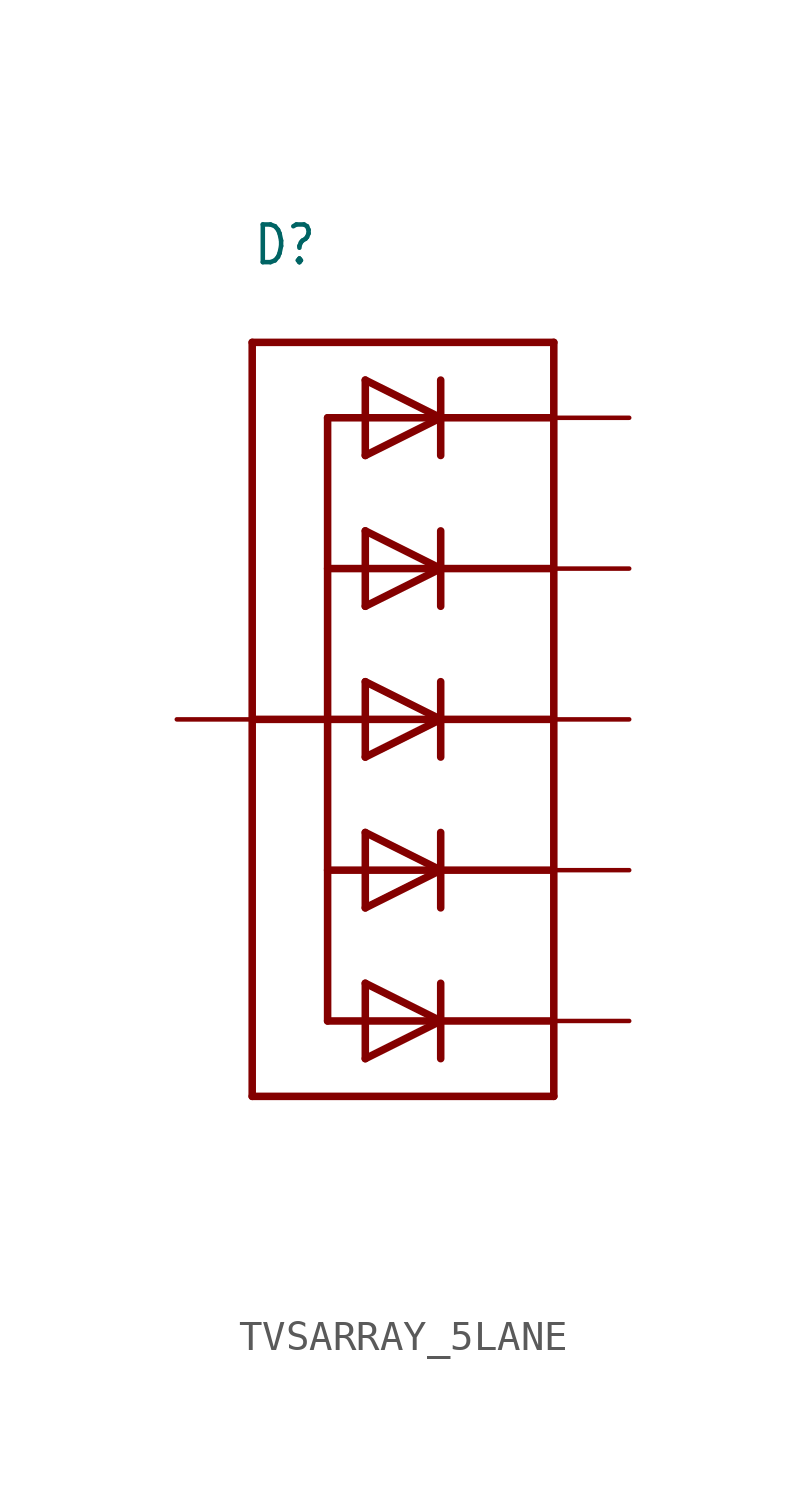
<source format=kicad_sym>
(kicad_symbol_lib
  (version 20220914)
  (generator kicad_symbol_editor)
  (symbol "TVSARRAY_5LANE"
    (property "Reference" "D"
      (at -2.54 15.24 0)
      (effects (font (size 1.27 1.079)) (justify left bottom)))
    (property "Value" ""
      (at -2.54 -16.51 0)
      (effects (font (size 1.27 1.079)) (justify left bottom)))
    (property "ki_locked" ""
      (at 0 0 0)
      (effects (font (size 1.27 1.27))))
    (symbol "TVSARRAY_5LANE_1_0"
      (polyline (pts (xy -2.54 -12.7) (xy -2.54 12.7)) (stroke (width 0.254) (type solid)) (fill (type none)))
      (polyline (pts (xy -2.54 12.7) (xy 7.62 12.7)) (stroke (width 0.254) (type solid)) (fill (type none)))
      (polyline (pts (xy 0 -10.16) (xy 7.62 -10.16)) (stroke (width 0.254) (type solid)) (fill (type none)))
      (polyline (pts (xy 0 -5.08) (xy 7.62 -5.08)) (stroke (width 0.254) (type solid)) (fill (type none)))
      (polyline (pts (xy 0 0) (xy -2.54 0)) (stroke (width 0.254) (type solid)) (fill (type none)))
      (polyline (pts (xy 0 0) (xy 0 -10.16)) (stroke (width 0.254) (type solid)) (fill (type none)))
      (polyline (pts (xy 0 0) (xy 7.62 0)) (stroke (width 0.254) (type solid)) (fill (type none)))
      (polyline (pts (xy 0 5.08) (xy 7.62 5.08)) (stroke (width 0.254) (type solid)) (fill (type none)))
      (polyline (pts (xy 0 10.16) (xy 0 0)) (stroke (width 0.254) (type solid)) (fill (type none)))
      (polyline (pts (xy 0 10.16) (xy 7.62 10.16)) (stroke (width 0.254) (type solid)) (fill (type none)))
      (polyline (pts (xy 1.27 -11.43) (xy 3.81 -10.16)) (stroke (width 0.254) (type solid)) (fill (type none)))
      (polyline (pts (xy 1.27 -8.89) (xy 1.27 -11.43)) (stroke (width 0.254) (type solid)) (fill (type none)))
      (polyline (pts (xy 1.27 -6.35) (xy 3.81 -5.08)) (stroke (width 0.254) (type solid)) (fill (type none)))
      (polyline (pts (xy 1.27 -3.81) (xy 1.27 -6.35)) (stroke (width 0.254) (type solid)) (fill (type none)))
      (polyline (pts (xy 1.27 -1.27) (xy 3.81 0)) (stroke (width 0.254) (type solid)) (fill (type none)))
      (polyline (pts (xy 1.27 1.27) (xy 1.27 -1.27)) (stroke (width 0.254) (type solid)) (fill (type none)))
      (polyline (pts (xy 1.27 3.81) (xy 3.81 5.08)) (stroke (width 0.254) (type solid)) (fill (type none)))
      (polyline (pts (xy 1.27 6.35) (xy 1.27 3.81)) (stroke (width 0.254) (type solid)) (fill (type none)))
      (polyline (pts (xy 1.27 8.89) (xy 3.81 10.16)) (stroke (width 0.254) (type solid)) (fill (type none)))
      (polyline (pts (xy 1.27 11.43) (xy 1.27 8.89)) (stroke (width 0.254) (type solid)) (fill (type none)))
      (polyline (pts (xy 3.81 -10.16) (xy 1.27 -8.89)) (stroke (width 0.254) (type solid)) (fill (type none)))
      (polyline (pts (xy 3.81 -10.16) (xy 3.81 -11.43)) (stroke (width 0.254) (type solid)) (fill (type none)))
      (polyline (pts (xy 3.81 -8.89) (xy 3.81 -10.16)) (stroke (width 0.254) (type solid)) (fill (type none)))
      (polyline (pts (xy 3.81 -5.08) (xy 1.27 -3.81)) (stroke (width 0.254) (type solid)) (fill (type none)))
      (polyline (pts (xy 3.81 -5.08) (xy 3.81 -6.35)) (stroke (width 0.254) (type solid)) (fill (type none)))
      (polyline (pts (xy 3.81 -3.81) (xy 3.81 -5.08)) (stroke (width 0.254) (type solid)) (fill (type none)))
      (polyline (pts (xy 3.81 0) (xy 1.27 1.27)) (stroke (width 0.254) (type solid)) (fill (type none)))
      (polyline (pts (xy 3.81 0) (xy 3.81 -1.27)) (stroke (width 0.254) (type solid)) (fill (type none)))
      (polyline (pts (xy 3.81 1.27) (xy 3.81 0)) (stroke (width 0.254) (type solid)) (fill (type none)))
      (polyline (pts (xy 3.81 5.08) (xy 1.27 6.35)) (stroke (width 0.254) (type solid)) (fill (type none)))
      (polyline (pts (xy 3.81 5.08) (xy 3.81 3.81)) (stroke (width 0.254) (type solid)) (fill (type none)))
      (polyline (pts (xy 3.81 6.35) (xy 3.81 5.08)) (stroke (width 0.254) (type solid)) (fill (type none)))
      (polyline (pts (xy 3.81 10.16) (xy 1.27 11.43)) (stroke (width 0.254) (type solid)) (fill (type none)))
      (polyline (pts (xy 3.81 10.16) (xy 3.81 8.89)) (stroke (width 0.254) (type solid)) (fill (type none)))
      (polyline (pts (xy 3.81 11.43) (xy 3.81 10.16)) (stroke (width 0.254) (type solid)) (fill (type none)))
      (polyline (pts (xy 7.62 -12.7) (xy -2.54 -12.7)) (stroke (width 0.254) (type solid)) (fill (type none)))
      (polyline (pts (xy 7.62 -10.16) (xy 7.62 -12.7)) (stroke (width 0.254) (type solid)) (fill (type none)))
      (polyline (pts (xy 7.62 -5.08) (xy 7.62 -10.16)) (stroke (width 0.254) (type solid)) (fill (type none)))
      (polyline (pts (xy 7.62 0) (xy 7.62 -5.08)) (stroke (width 0.254) (type solid)) (fill (type none)))
      (polyline (pts (xy 7.62 5.08) (xy 7.62 0)) (stroke (width 0.254) (type solid)) (fill (type none)))
      (polyline (pts (xy 7.62 10.16) (xy 7.62 5.08)) (stroke (width 0.254) (type solid)) (fill (type none)))
      (polyline (pts (xy 7.62 12.7) (xy 7.62 10.16)) (stroke (width 0.254) (type solid)) (fill (type none)))
      (pin passive line (at 10.16 10.16 180) (length 2.54) (name "C1" (effects (font (size 0 0)))) (number "1" (effects (font (size 0 0)))))
      (pin passive line (at -5.08 0 0) (length 2.54) (name "A" (effects (font (size 0 0)))) (number "2" (effects (font (size 0 0)))))
      (pin passive line (at 10.16 5.08 180) (length 2.54) (name "C2" (effects (font (size 0 0)))) (number "3" (effects (font (size 0 0)))))
      (pin passive line (at 10.16 0 180) (length 2.54) (name "C3" (effects (font (size 0 0)))) (number "4" (effects (font (size 0 0)))))
      (pin passive line (at 10.16 -5.08 180) (length 2.54) (name "C4" (effects (font (size 0 0)))) (number "5" (effects (font (size 0 0)))))
      (pin passive line (at 10.16 -10.16 180) (length 2.54) (name "C5" (effects (font (size 0 0)))) (number "6" (effects (font (size 0 0))))))))
</source>
